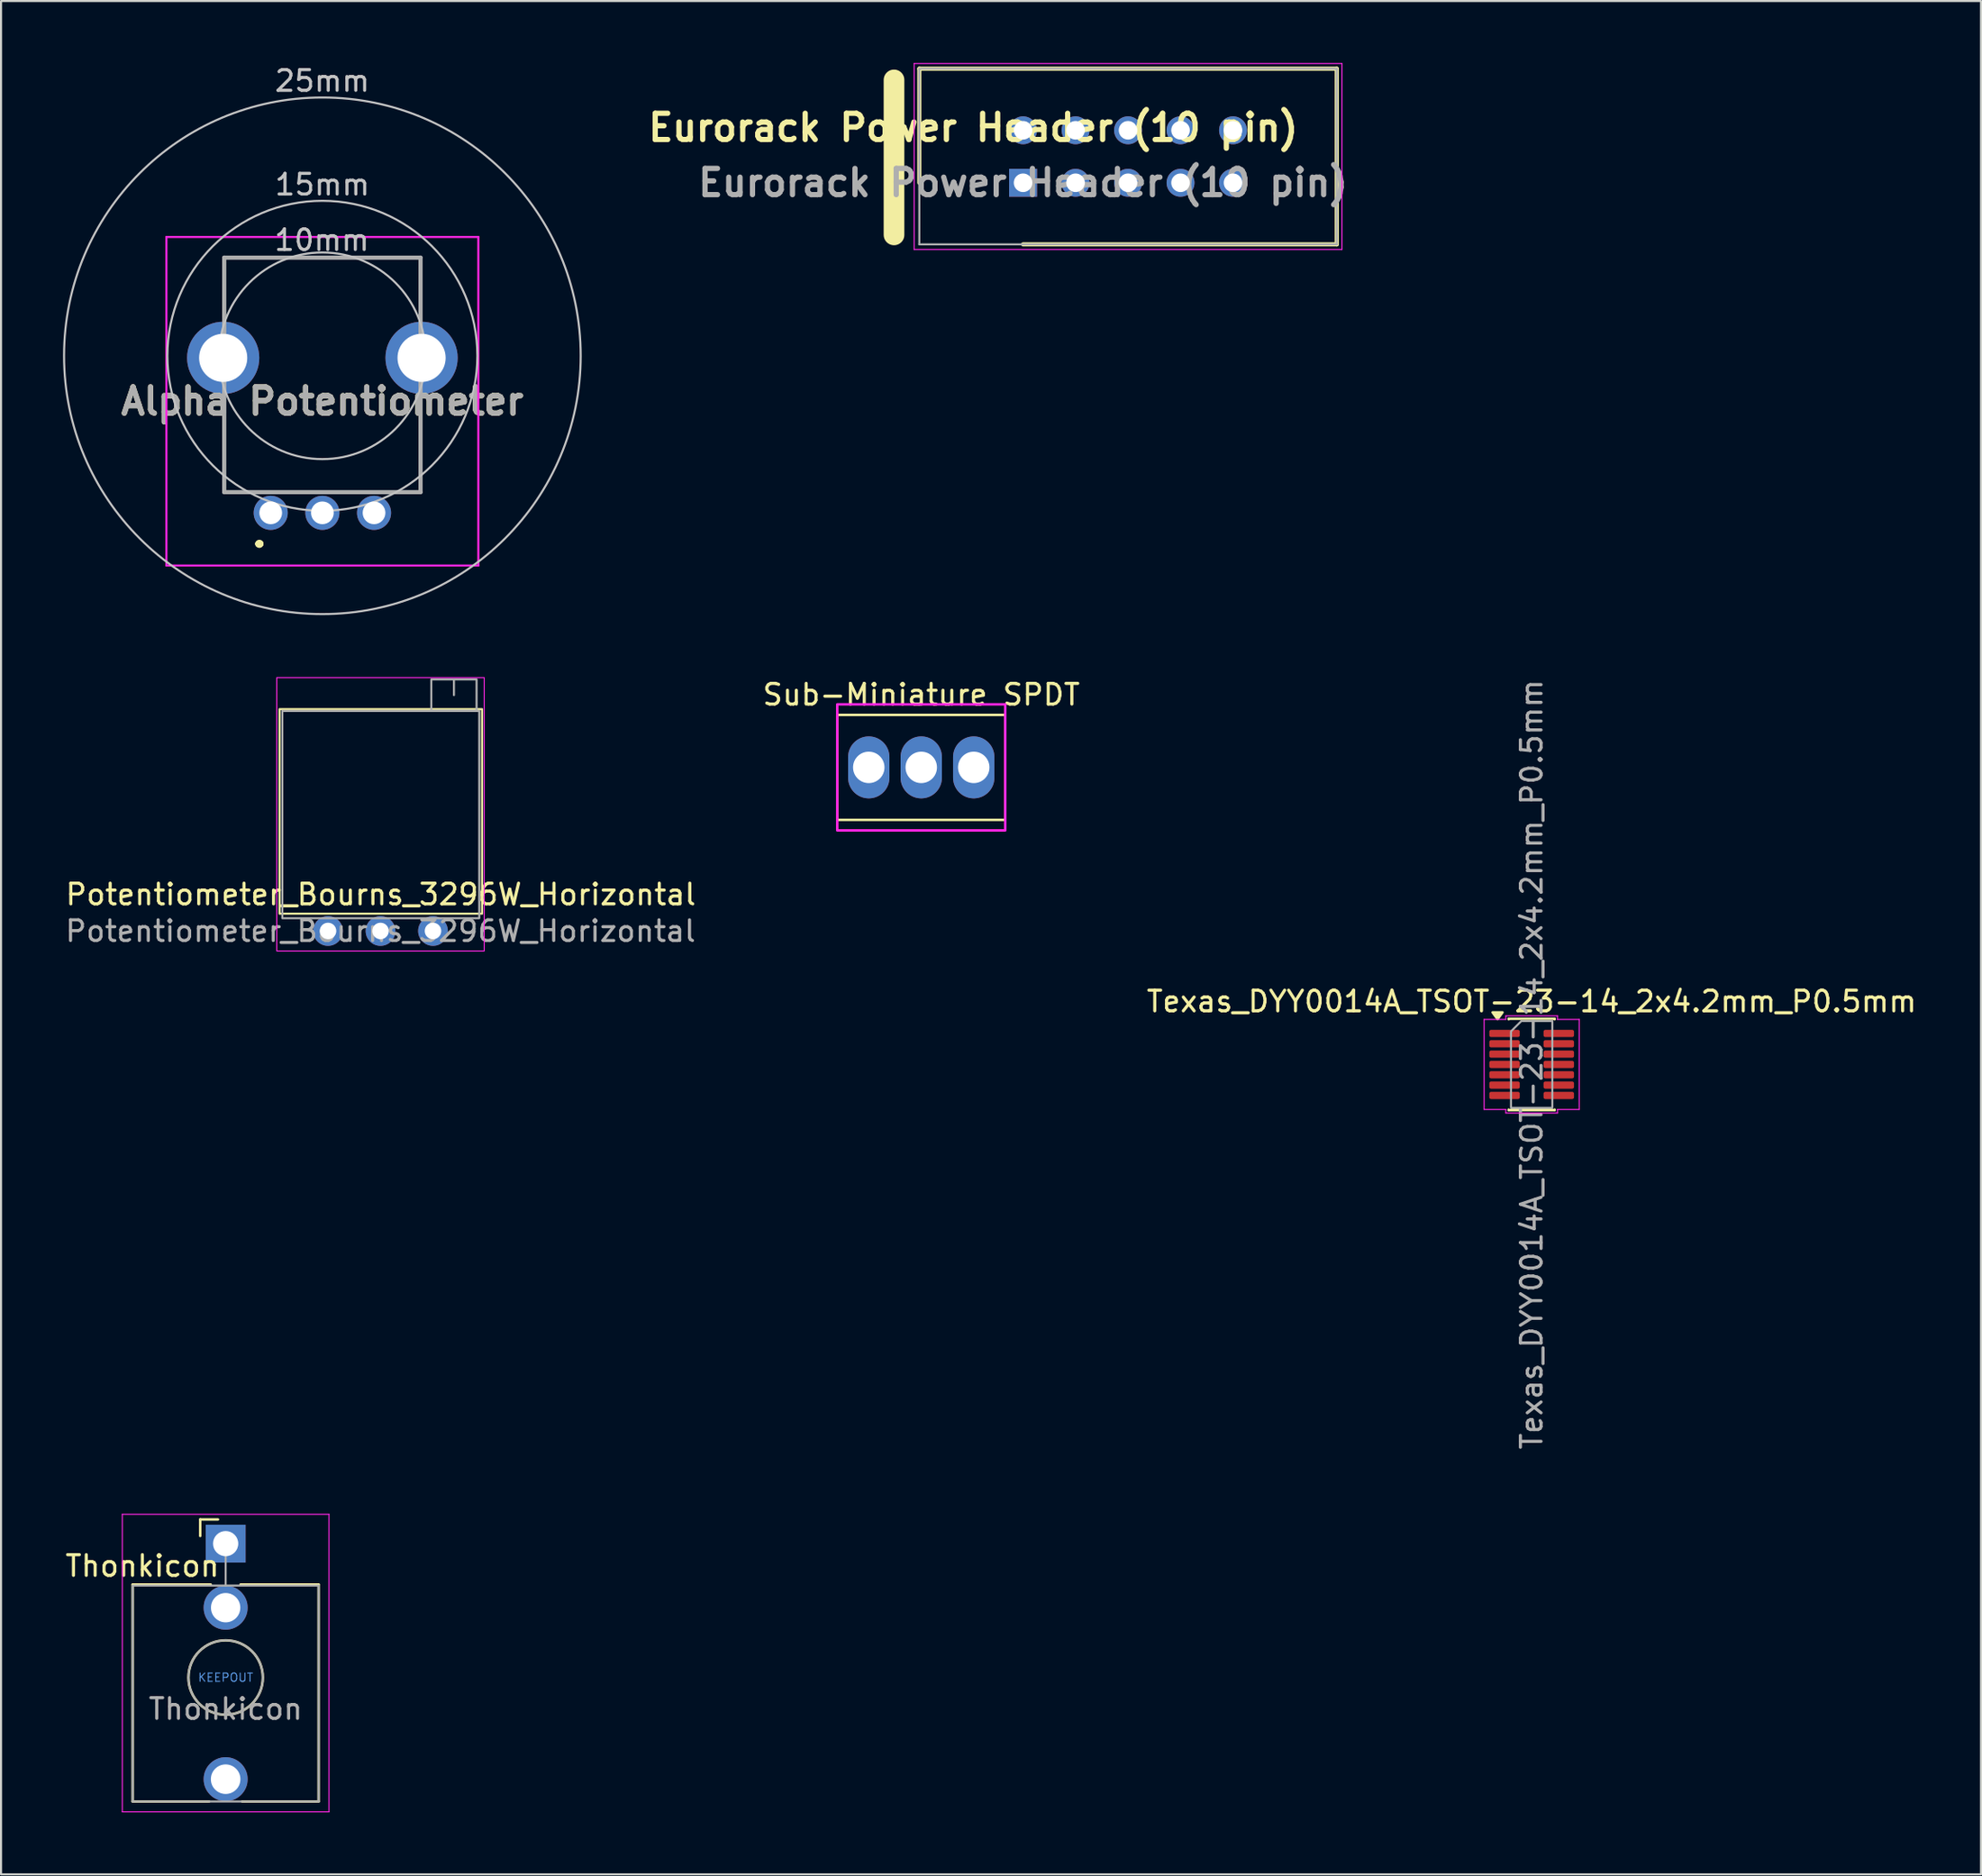
<source format=kicad_pcb>
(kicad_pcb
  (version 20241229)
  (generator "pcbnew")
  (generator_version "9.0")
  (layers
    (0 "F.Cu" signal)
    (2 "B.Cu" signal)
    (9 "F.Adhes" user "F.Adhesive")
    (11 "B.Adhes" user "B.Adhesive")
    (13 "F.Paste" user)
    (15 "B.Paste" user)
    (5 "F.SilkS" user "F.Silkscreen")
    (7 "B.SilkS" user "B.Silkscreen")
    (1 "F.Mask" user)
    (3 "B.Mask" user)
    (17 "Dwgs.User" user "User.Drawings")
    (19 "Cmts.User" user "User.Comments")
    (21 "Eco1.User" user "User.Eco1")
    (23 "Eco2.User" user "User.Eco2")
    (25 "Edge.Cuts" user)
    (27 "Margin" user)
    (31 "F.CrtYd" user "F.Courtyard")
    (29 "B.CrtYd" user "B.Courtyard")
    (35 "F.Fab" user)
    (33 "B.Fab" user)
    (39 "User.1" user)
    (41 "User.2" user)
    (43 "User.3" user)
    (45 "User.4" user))
  (footprint "Potentiometer_Bourns_3296W_Horizontal"
    (layer "F.Cu")
    (at 17.903 42.003)
    (property "Reference" "Potentiometer_Bourns_3296W_Horizontal" (at -2.526 -1.768 0) (layer "F.SilkS") (effects (font (size 1 1) (thickness 0.15))))
    (attr through_hole)
    (fp_rect (start -7.426 -10.736) (end 2.374 -0.836) (stroke (width 0.1) (type default)) (fill no) (layer "F.SilkS"))
    (fp_rect (start -7.56 -12.26) (end 2.48 0.97) (stroke (width 0.05) (type solid)) (fill no) (layer "F.CrtYd"))
    (fp_line (start 1.014 -12.174) (end 1.014 -11.414) (stroke (width 0.1) (type solid)) (layer "F.Fab"))
    (fp_rect (start -7.291 -10.648) (end 2.239 -0.618) (stroke (width 0.1) (type solid)) (fill no) (layer "F.Fab"))
    (fp_rect (start -0.081 -12.174) (end 2.109 -10.654) (stroke (width 0.1) (type solid)) (fill no) (layer "F.Fab"))
    (fp_text user "${REFERENCE}" (at -2.54 0.005 0) (layer "F.Fab") (effects (font (size 1 1) (thickness 0.15))))
    (pad "1" thru_hole circle (at 0 0) (size 1.44 1.44) (drill 0.8) (layers "*.Cu" "*.Mask"))
    (pad "2" thru_hole circle (at -2.54 0) (size 1.44 1.44) (drill 0.8) (layers "*.Cu" "*.Mask"))
    (pad "3" thru_hole circle (at -5.08 0) (size 1.44 1.44) (drill 0.8) (layers "*.Cu" "*.Mask")))
  (footprint "Sub-Miniature SPDT"
    (layer "F.Cu")
    (at 41.53 34.086)
    (property "Reference" "Sub-Miniature SPDT" (at 0.002 -3.52 0) (unlocked yes) (layer "F.SilkS") (effects (font (size 1 1) (thickness 0.15))))
    (attr through_hole)
    (fp_rect (start -4.065 -2.54) (end 4.065 2.54) (stroke (width 0.12) (type solid)) (fill no) (layer "F.SilkS"))
    (fp_rect (start -4.065 -3.05) (end 4.065 3.05) (stroke (width 0.12) (type solid)) (fill no) (layer "F.CrtYd"))
    (pad "1" thru_hole oval (at -2.54 0 180) (size 2 3) (drill 1.522) (layers "*.Cu" "*.Mask"))
    (pad "2" thru_hole oval (at 0 0 180) (size 2 3) (drill 1.522) (layers "*.Cu" "*.Mask"))
    (pad "3" thru_hole oval (at 2.54 0 180) (size 2 3) (drill 1.522) (layers "*.Cu" "*.Mask")))
  (footprint "Alpha Potentiometer"
    (layer "F.Cu")
    (at 10.05 21.768)
    (property "Reference" "Alpha Potentiometer" (at 2.5 -5.4 0) (layer "F.SilkS") (effects (font (size 1.27 1.27) (thickness 0.254))))
    (attr through_hole)
    (fp_line (start -2.3 -9.5) (end -2.25 -12.35) (stroke (width 0.1) (type solid)) (layer "F.SilkS"))
    (fp_line (start -2.3 -5.5) (end -2.25 -1) (stroke (width 0.1) (type solid)) (layer "F.SilkS"))
    (fp_line (start -2.25 -12.35) (end 7.25 -12.35) (stroke (width 0.1) (type solid)) (layer "F.SilkS"))
    (fp_line (start -2.25 -1) (end 7.25 -1) (stroke (width 0.1) (type solid)) (layer "F.SilkS"))
    (fp_line (start -0.6 1.5) (end -0.6 1.5) (stroke (width 0.3) (type solid)) (layer "F.SilkS"))
    (fp_line (start -0.5 1.5) (end -0.5 1.5) (stroke (width 0.3) (type solid)) (layer "F.SilkS"))
    (fp_line (start 7.25 -12.35) (end 7.25 -9.5) (stroke (width 0.1) (type solid)) (layer "F.SilkS"))
    (fp_line (start 7.25 -1) (end 7.25 -5.5) (stroke (width 0.1) (type solid)) (layer "F.SilkS"))
    (fp_arc (start -0.6 1.5) (mid -0.55 1.45) (end -0.5 1.5) (stroke (width 0.3) (type solid)) (layer "F.SilkS"))
    (fp_arc (start -0.5 1.5) (mid -0.55 1.55) (end -0.6 1.5) (stroke (width 0.3) (type solid)) (layer "F.SilkS"))
    (fp_circle (center 2.5 -7.6) (end 7.5 -7.6) (stroke (width 0.1) (type default)) (fill no) (layer "Dwgs.User"))
    (fp_circle (center 2.5 -7.6) (end 10 -7.6) (stroke (width 0.1) (type default)) (fill no) (layer "Dwgs.User"))
    (fp_circle (center 2.5 -7.6) (end 15 -7.6) (stroke (width 0.1) (type default)) (fill no) (layer "Dwgs.User"))
    (fp_line (start -5.047 -13.35) (end 10.047 -13.35) (stroke (width 0.1) (type solid)) (layer "F.CrtYd"))
    (fp_line (start -5.047 2.55) (end -5.047 -13.35) (stroke (width 0.1) (type solid)) (layer "F.CrtYd"))
    (fp_line (start 10.047 -13.35) (end 10.047 2.55) (stroke (width 0.1) (type solid)) (layer "F.CrtYd"))
    (fp_line (start 10.047 2.55) (end -5.047 2.55) (stroke (width 0.1) (type solid)) (layer "F.CrtYd"))
    (fp_line (start -2.25 -12.35) (end 7.25 -12.35) (stroke (width 0.2) (type solid)) (layer "F.Fab"))
    (fp_line (start -2.25 -1) (end -2.25 -12.35) (stroke (width 0.2) (type solid)) (layer "F.Fab"))
    (fp_line (start 7.25 -12.35) (end 7.25 -1) (stroke (width 0.2) (type solid)) (layer "F.Fab"))
    (fp_line (start 7.25 -1) (end -2.25 -1) (stroke (width 0.2) (type solid)) (layer "F.Fab"))
    (fp_line (start 2.5 -3.86) (end 2.5 -11.36) (stroke (width 0.12) (type solid)) (layer "User.1"))
    (fp_line (start 6.25 -7.61) (end -1.25 -7.61) (stroke (width 0.12) (type solid)) (layer "User.1"))
    (fp_circle (center 2.5 -7.61) (end 6.01 -8.93) (stroke (width 0.12) (type solid)) (fill no) (layer "User.1"))
    (fp_text user "15mm" (at 2.5 -15.3 0) (unlocked yes) (layer "Dwgs.User") (effects (font (size 1 1) (thickness 0.15)) (justify bottom)))
    (fp_text user "25mm" (at 2.497 -20.318 0) (unlocked yes) (layer "Dwgs.User") (effects (font (size 1 1) (thickness 0.15)) (justify bottom)))
    (fp_text user "10mm" (at 2.475 -12.615 0) (unlocked yes) (layer "Dwgs.User") (effects (font (size 1 1) (thickness 0.15)) (justify bottom)))
    (fp_text user "${REFERENCE}" (at 2.5 -5.4 0) (layer "F.Fab") (effects (font (size 1.27 1.27) (thickness 0.254))))
    (pad "1" thru_hole circle (at 0 0) (size 1.65 1.65) (drill 1.1) (layers "*.Cu" "*.Mask"))
    (pad "2" thru_hole circle (at 2.5 0) (size 1.65 1.65) (drill 1.1) (layers "*.Cu" "*.Mask"))
    (pad "3" thru_hole circle (at 5 0) (size 1.65 1.65) (drill 1.1) (layers "*.Cu" "*.Mask"))
    (pad "MH1" thru_hole circle (at -2.3 -7.5) (size 3.495 3.495) (drill 2.33) (layers "*.Cu" "*.Mask"))
    (pad "MH2" thru_hole circle (at 7.3 -7.5) (size 3.495 3.495) (drill 2.33) (layers "*.Cu" "*.Mask")))
  (footprint "Texas_DYY0014A_TSOT-23-14_2x4.2mm_P0.5mm"
    (layer "F.Cu")
    (at 71.068 48.462)
    (property "Reference" "Texas_DYY0014A_TSOT-23-14_2x4.2mm_P0.5mm" (at 0 -3.05 0) (layer "F.SilkS") (effects (font (size 1 1) (thickness 0.15))))
    (attr smd)
    (fp_line (start -1.11 -2.21) (end 1.11 -2.21) (stroke (width 0.12) (type solid)) (layer "F.SilkS"))
    (fp_line (start -1.11 -2.185) (end -1.11 -2.21) (stroke (width 0.12) (type solid)) (layer "F.SilkS"))
    (fp_line (start -1.11 2.21) (end -1.11 2.185) (stroke (width 0.12) (type solid)) (layer "F.SilkS"))
    (fp_line (start 1.11 -2.21) (end 1.11 -2.185) (stroke (width 0.12) (type solid)) (layer "F.SilkS"))
    (fp_line (start 1.11 2.185) (end 1.11 2.21) (stroke (width 0.12) (type solid)) (layer "F.SilkS"))
    (fp_line (start 1.11 2.21) (end -1.11 2.21) (stroke (width 0.12) (type solid)) (layer "F.SilkS"))
    (fp_poly (pts (xy -1.65 -2.19) (xy -1.89 -2.52) (xy -1.41 -2.52)) (stroke (width 0.12) (type solid)) (fill yes) (layer "F.SilkS"))
    (fp_line (start -2.3 -2.18) (end -1.25 -2.18) (stroke (width 0.05) (type solid)) (layer "F.CrtYd"))
    (fp_line (start -2.3 2.18) (end -2.3 -2.18) (stroke (width 0.05) (type solid)) (layer "F.CrtYd"))
    (fp_line (start -1.25 -2.35) (end 1.25 -2.35) (stroke (width 0.05) (type solid)) (layer "F.CrtYd"))
    (fp_line (start -1.25 -2.18) (end -1.25 -2.35) (stroke (width 0.05) (type solid)) (layer "F.CrtYd"))
    (fp_line (start -1.25 2.18) (end -2.3 2.18) (stroke (width 0.05) (type solid)) (layer "F.CrtYd"))
    (fp_line (start -1.25 2.35) (end -1.25 2.18) (stroke (width 0.05) (type solid)) (layer "F.CrtYd"))
    (fp_line (start 1.25 -2.35) (end 1.25 -2.18) (stroke (width 0.05) (type solid)) (layer "F.CrtYd"))
    (fp_line (start 1.25 -2.18) (end 2.3 -2.18) (stroke (width 0.05) (type solid)) (layer "F.CrtYd"))
    (fp_line (start 1.25 2.18) (end 1.25 2.35) (stroke (width 0.05) (type solid)) (layer "F.CrtYd"))
    (fp_line (start 1.25 2.35) (end -1.25 2.35) (stroke (width 0.05) (type solid)) (layer "F.CrtYd"))
    (fp_line (start 2.3 -2.18) (end 2.3 2.18) (stroke (width 0.05) (type solid)) (layer "F.CrtYd"))
    (fp_line (start 2.3 2.18) (end 1.25 2.18) (stroke (width 0.05) (type solid)) (layer "F.CrtYd"))
    (fp_poly (pts (xy -1 -1.6) (xy -1 2.1) (xy 1 2.1) (xy 1 -2.1) (xy -0.5 -2.1)) (stroke (width 0.1) (type solid)) (fill no) (layer "F.Fab"))
    (fp_text user "${REFERENCE}" (at 0 0 90) (layer "F.Fab") (effects (font (size 1 1) (thickness 0.15))))
    (pad "1" smd roundrect (at -1.312 -1.5) (size 1.475 0.35) (layers "F.Cu" "F.Mask" "F.Paste") (roundrect_rratio 0.25))
    (pad "2" smd roundrect (at -1.312 -1) (size 1.475 0.35) (layers "F.Cu" "F.Mask" "F.Paste") (roundrect_rratio 0.25))
    (pad "3" smd roundrect (at -1.312 -0.5) (size 1.475 0.35) (layers "F.Cu" "F.Mask" "F.Paste") (roundrect_rratio 0.25))
    (pad "4" smd roundrect (at -1.312 0) (size 1.475 0.35) (layers "F.Cu" "F.Mask" "F.Paste") (roundrect_rratio 0.25))
    (pad "5" smd roundrect (at -1.312 0.5) (size 1.475 0.35) (layers "F.Cu" "F.Mask" "F.Paste") (roundrect_rratio 0.25))
    (pad "6" smd roundrect (at -1.312 1) (size 1.475 0.35) (layers "F.Cu" "F.Mask" "F.Paste") (roundrect_rratio 0.25))
    (pad "7" smd roundrect (at -1.312 1.5) (size 1.475 0.35) (layers "F.Cu" "F.Mask" "F.Paste") (roundrect_rratio 0.25))
    (pad "8" smd roundrect (at 1.312 1.5) (size 1.475 0.35) (layers "F.Cu" "F.Mask" "F.Paste") (roundrect_rratio 0.25))
    (pad "9" smd roundrect (at 1.312 1) (size 1.475 0.35) (layers "F.Cu" "F.Mask" "F.Paste") (roundrect_rratio 0.25))
    (pad "10" smd roundrect (at 1.312 0.5) (size 1.475 0.35) (layers "F.Cu" "F.Mask" "F.Paste") (roundrect_rratio 0.25))
    (pad "11" smd roundrect (at 1.312 0) (size 1.475 0.35) (layers "F.Cu" "F.Mask" "F.Paste") (roundrect_rratio 0.25))
    (pad "12" smd roundrect (at 1.312 -0.5) (size 1.475 0.35) (layers "F.Cu" "F.Mask" "F.Paste") (roundrect_rratio 0.25))
    (pad "13" smd roundrect (at 1.312 -1) (size 1.475 0.35) (layers "F.Cu" "F.Mask" "F.Paste") (roundrect_rratio 0.25))
    (pad "14" smd roundrect (at 1.312 -1.5) (size 1.475 0.35) (layers "F.Cu" "F.Mask" "F.Paste") (roundrect_rratio 0.25)))
  (footprint "Eurorack Power Header (10 pin)"
    (layer "F.Cu")
    (at 46.457 5.795)
    (property "Reference" "Eurorack Power Header (10 pin)" (at -2.409 -2.668 0) (layer "F.SilkS") (effects (font (size 1.27 1.27) (thickness 0.254))))
    (attr through_hole)
    (fp_line (start -6.245 -4.978) (end -6.245 2.522) (stroke (width 1) (type solid)) (layer "F.SilkS"))
    (fp_line (start -5.02 -5.52) (end -5.02 0) (stroke (width 0.2) (type solid)) (layer "F.SilkS"))
    (fp_line (start 0 2.98) (end 15.18 2.98) (stroke (width 0.2) (type solid)) (layer "F.SilkS"))
    (fp_line (start 15.18 -5.52) (end -5.02 -5.52) (stroke (width 0.2) (type solid)) (layer "F.SilkS"))
    (fp_line (start 15.18 2.98) (end 15.18 -5.52) (stroke (width 0.2) (type solid)) (layer "F.SilkS"))
    (fp_line (start -5.27 -5.77) (end 15.43 -5.77) (stroke (width 0.05) (type solid)) (layer "F.CrtYd"))
    (fp_line (start -5.27 3.23) (end -5.27 -5.77) (stroke (width 0.05) (type solid)) (layer "F.CrtYd"))
    (fp_line (start 15.43 -5.77) (end 15.43 3.23) (stroke (width 0.05) (type solid)) (layer "F.CrtYd"))
    (fp_line (start 15.43 3.23) (end -5.27 3.23) (stroke (width 0.05) (type solid)) (layer "F.CrtYd"))
    (fp_line (start -5.02 -5.52) (end 15.18 -5.52) (stroke (width 0.1) (type solid)) (layer "F.Fab"))
    (fp_line (start -5.02 2.98) (end -5.02 -5.52) (stroke (width 0.1) (type solid)) (layer "F.Fab"))
    (fp_line (start 15.18 -5.52) (end 15.18 2.98) (stroke (width 0.1) (type solid)) (layer "F.Fab"))
    (fp_line (start 15.18 2.98) (end -5.02 2.98) (stroke (width 0.1) (type solid)) (layer "F.Fab"))
    (fp_text user "${REFERENCE}" (at 0 0 0) (layer "F.Fab") (effects (font (size 1.27 1.27) (thickness 0.254))))
    (pad "1" thru_hole rect (at 0 0) (size 1.35 1.35) (drill 0.9) (layers "*.Cu" "*.Mask"))
    (pad "2" thru_hole circle (at 0 -2.54) (size 1.35 1.35) (drill 0.9) (layers "*.Cu" "*.Mask"))
    (pad "3" thru_hole circle (at 2.54 0) (size 1.35 1.35) (drill 0.9) (layers "*.Cu" "*.Mask"))
    (pad "4" thru_hole circle (at 2.54 -2.54) (size 1.35 1.35) (drill 0.9) (layers "*.Cu" "*.Mask"))
    (pad "5" thru_hole circle (at 5.08 0) (size 1.35 1.35) (drill 0.9) (layers "*.Cu" "*.Mask"))
    (pad "6" thru_hole circle (at 5.08 -2.54) (size 1.35 1.35) (drill 0.9) (layers "*.Cu" "*.Mask"))
    (pad "7" thru_hole circle (at 7.62 0) (size 1.35 1.35) (drill 0.9) (layers "*.Cu" "*.Mask"))
    (pad "8" thru_hole circle (at 7.62 -2.54) (size 1.35 1.35) (drill 0.9) (layers "*.Cu" "*.Mask"))
    (pad "9" thru_hole circle (at 10.16 0) (size 1.35 1.35) (drill 0.9) (layers "*.Cu" "*.Mask"))
    (pad "10" thru_hole circle (at 10.16 -2.54) (size 1.35 1.35) (drill 0.9) (layers "*.Cu" "*.Mask")))
  (footprint "Thonkicon"
    (layer "F.Cu")
    (at 7.869 71.651)
    (property "Reference" "Thonkicon" (at -4.03 1.08 180) (layer "F.SilkS") (effects (font (size 1 1) (thickness 0.15))))
    (attr through_hole)
    (fp_line (start -4.5 1.98) (end -4.5 12.48) (stroke (width 0.12) (type solid)) (layer "F.SilkS"))
    (fp_line (start -1.23 -1.17) (end -1.23 -0.37) (stroke (width 0.12) (type solid)) (layer "F.SilkS"))
    (fp_line (start -1.23 -1.17) (end -0.37 -1.17) (stroke (width 0.12) (type solid)) (layer "F.SilkS"))
    (fp_line (start -0.8 12.48) (end -4.5 12.48) (stroke (width 0.12) (type solid)) (layer "F.SilkS"))
    (fp_line (start -0.72 1.98) (end -4.5 1.98) (stroke (width 0.12) (type solid)) (layer "F.SilkS"))
    (fp_line (start 4.5 1.98) (end 0.72 1.98) (stroke (width 0.12) (type solid)) (layer "F.SilkS"))
    (fp_line (start 4.5 1.98) (end 4.5 12.48) (stroke (width 0.12) (type solid)) (layer "F.SilkS"))
    (fp_line (start 4.5 12.48) (end 0.8 12.48) (stroke (width 0.12) (type solid)) (layer "F.SilkS"))
    (fp_circle (center 0 6.48) (end 1.8 6.48) (stroke (width 0.12) (type solid)) (fill no) (layer "F.SilkS"))
    (fp_line (start -5 12.98) (end -5 -1.42) (stroke (width 0.05) (type solid)) (layer "F.CrtYd"))
    (fp_line (start 5 -1.42) (end -5 -1.42) (stroke (width 0.05) (type solid)) (layer "F.CrtYd"))
    (fp_line (start 5 12.98) (end -5 12.98) (stroke (width 0.05) (type solid)) (layer "F.CrtYd"))
    (fp_line (start 5 12.98) (end 5 -1.42) (stroke (width 0.05) (type solid)) (layer "F.CrtYd"))
    (fp_line (start -4.5 12.48) (end -4.5 2.08) (stroke (width 0.1) (type solid)) (layer "F.Fab"))
    (fp_line (start 0 0) (end 0 2.03) (stroke (width 0.1) (type solid)) (layer "F.Fab"))
    (fp_line (start 4.5 2.03) (end -4.5 2.03) (stroke (width 0.1) (type solid)) (layer "F.Fab"))
    (fp_line (start 4.5 12.48) (end -4.5 12.48) (stroke (width 0.1) (type solid)) (layer "F.Fab"))
    (fp_line (start 4.5 12.48) (end 4.5 2.08) (stroke (width 0.1) (type solid)) (layer "F.Fab"))
    (fp_circle (center 0 6.48) (end 1.8 6.48) (stroke (width 0.1) (type solid)) (fill no) (layer "F.Fab"))
    (fp_text user "KEEPOUT" (at 0 6.48 0) (layer "Cmts.User") (effects (font (size 0.4 0.4) (thickness 0.051))))
    (fp_text user "${REFERENCE}" (at 0 8 180) (layer "F.Fab") (effects (font (size 1 1) (thickness 0.15))))
    (pad "S" thru_hole rect (at 0 0 180) (size 1.93 1.83) (drill 1.22) (layers "*.Cu" "*.Mask"))
    (pad "T" thru_hole circle (at 0 11.4 180) (size 2.13 2.13) (drill 1.43) (layers "*.Cu" "*.Mask"))
    (pad "TN" thru_hole circle (at 0 3.1 180) (size 2.13 2.13) (drill 1.42) (layers "*.Cu" "*.Mask"))
    (zone (net_name "") (layer "F.Cu") (hatch full 0.508) (connect_pads) (min_thickness 0.254) (filled_areas_thickness no) (keepout (tracks not_allowed) (vias not_allowed) (pads not_allowed) (copperpour not_allowed) (footprints not_allowed)) (placement (enabled no)) (fill) (polygon (pts (xy 9.374 78.131) (xy 9.354 77.885) (xy 9.294 77.646) (xy 9.196 77.42) (xy 9.062 77.213) (xy 8.896 77.03) (xy 8.702 76.877) (xy 8.486 76.758) (xy 8.254 76.676) (xy 8.011 76.633) (xy 7.764 76.63) (xy 7.52 76.667) (xy 7.286 76.744) (xy 7.067 76.857) (xy 6.87 77.006) (xy 6.7 77.184) (xy 6.561 77.388) (xy 6.457 77.611) (xy 6.391 77.849) (xy 6.365 78.094) (xy 6.379 78.341) (xy 6.433 78.581) (xy 6.526 78.81) (xy 6.655 79.02) (xy 6.816 79.206) (xy 7.006 79.364) (xy 7.219 79.488) (xy 7.449 79.576) (xy 7.691 79.626) (xy 7.938 79.635) (xy 8.182 79.603) (xy 8.418 79.532) (xy 8.64 79.424) (xy 8.841 79.281) (xy 9.016 79.107) (xy 9.159 78.906) (xy 9.269 78.685) (xy 9.34 78.449) (xy 9.373 78.205)))))
  (gr_rect
    (start -3 -3)
    (end 92.812 87.656)
    (stroke (width 0.1) (type default))
    (fill no)
    (layer "Edge.Cuts")))
</source>
